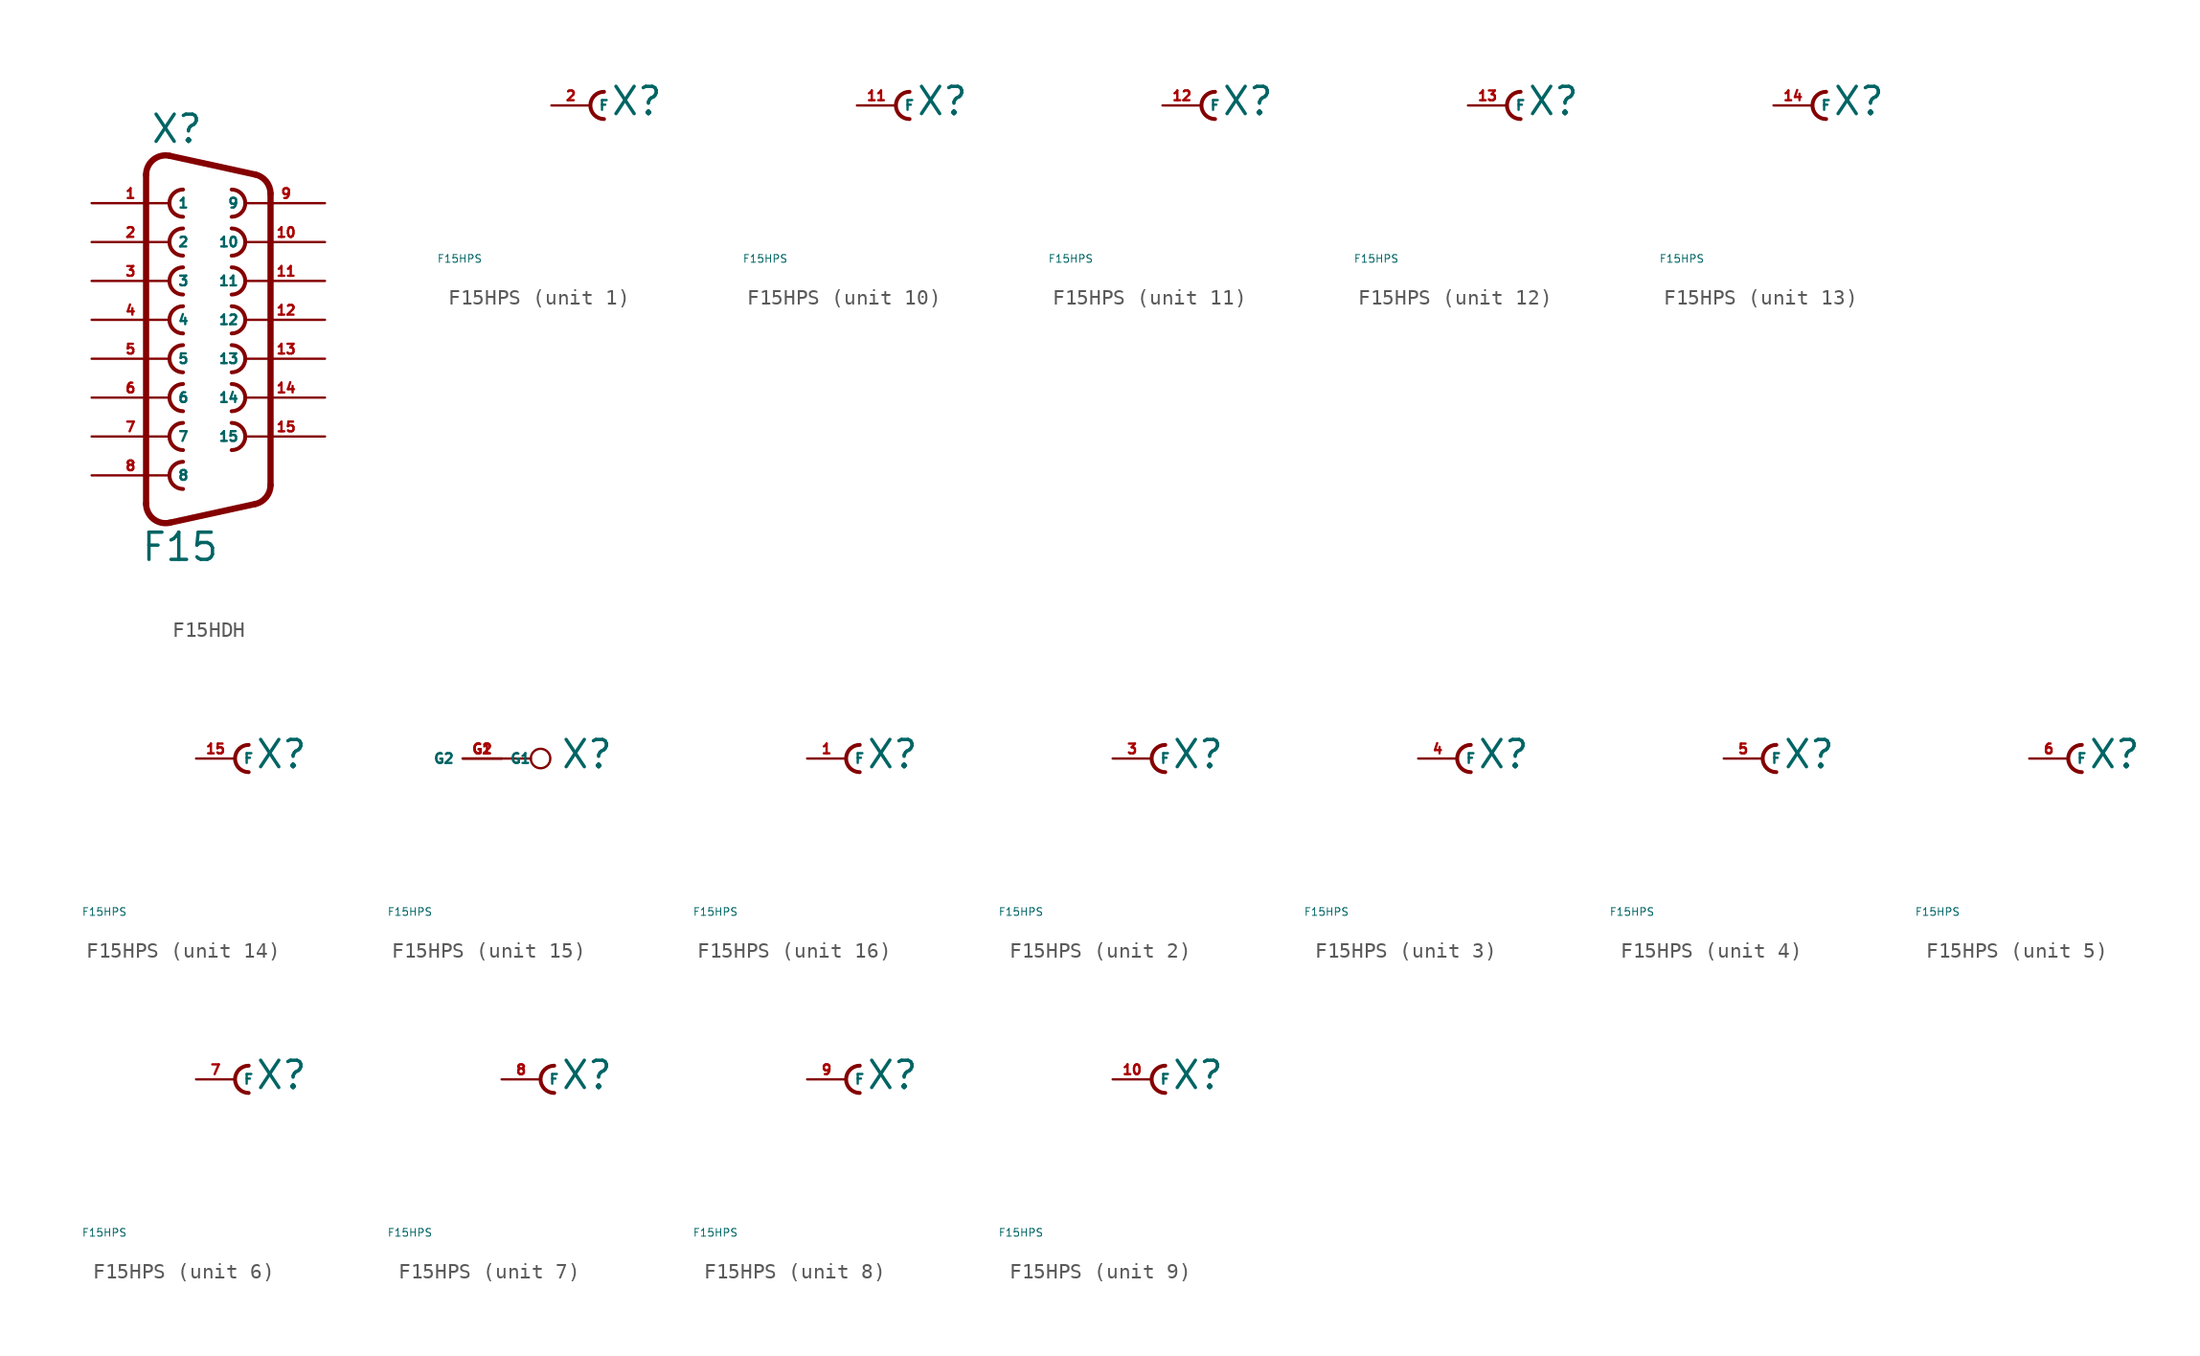
<source format=kicad_sym>
(kicad_symbol_lib
  (version 20220914)
  (generator Eagle2Kicad)
  (symbol "F15HDH"
    (property "Reference" "X"
      (at -3.81 11.43 0)
      (effects (font (size 1.778 1.778) (thickness 0.22)) (justify left bottom)))
    (property "Value" "F15"
      (at -4.445 -15.875 0)
      (effects (font (size 1.778 1.778) (thickness 0.22)) (justify left bottom)))
    (arc
      (start -1.651 8.509)
      (mid -2.540 7.620)
      (end -1.651 6.731)
      (stroke (width 0.254) (type default))
      (fill (type none)))
    (arc
      (start 1.524 6.731)
      (mid 2.413 7.620)
      (end 1.524 8.509)
      (stroke (width 0.254) (type default))
      (fill (type none)))
    (arc
      (start -1.651 5.969)
      (mid -2.540 5.080)
      (end -1.651 4.191)
      (stroke (width 0.254) (type default))
      (fill (type none)))
    (arc
      (start 1.524 4.191)
      (mid 2.413 5.080)
      (end 1.524 5.969)
      (stroke (width 0.254) (type default))
      (fill (type none)))
    (arc
      (start -1.651 3.429)
      (mid -2.540 2.540)
      (end -1.651 1.651)
      (stroke (width 0.254) (type default))
      (fill (type none)))
    (arc
      (start 1.524 1.651)
      (mid 2.413 2.540)
      (end 1.524 3.429)
      (stroke (width 0.254) (type default))
      (fill (type none)))
    (arc
      (start -1.651 0.889)
      (mid -2.540 0.000)
      (end -1.651 -0.889)
      (stroke (width 0.254) (type default))
      (fill (type none)))
    (arc
      (start 1.524 -0.889)
      (mid 2.413 0.000)
      (end 1.524 0.889)
      (stroke (width 0.254) (type default))
      (fill (type none)))
    (arc
      (start -1.651 -1.651)
      (mid -2.540 -2.540)
      (end -1.651 -3.429)
      (stroke (width 0.254) (type default))
      (fill (type none)))
    (arc
      (start 1.524 -3.429)
      (mid 2.413 -2.540)
      (end 1.524 -1.651)
      (stroke (width 0.254) (type default))
      (fill (type none)))
    (arc
      (start -1.651 -4.191)
      (mid -2.540 -5.080)
      (end -1.651 -5.969)
      (stroke (width 0.254) (type default))
      (fill (type none)))
    (arc
      (start 1.524 -5.969)
      (mid 2.413 -5.080)
      (end 1.524 -4.191)
      (stroke (width 0.254) (type default))
      (fill (type none)))
    (arc
      (start -1.651 -6.731)
      (mid -2.540 -7.620)
      (end -1.651 -8.509)
      (stroke (width 0.254) (type default))
      (fill (type none)))
    (arc
      (start 1.524 -8.509)
      (mid 2.413 -7.620)
      (end 1.524 -6.731)
      (stroke (width 0.254) (type default))
      (fill (type none)))
    (arc
      (start -1.651 -9.271)
      (mid -2.540 -10.160)
      (end -1.651 -11.049)
      (stroke (width 0.254) (type default))
      (fill (type none)))
    (arc
      (start -2.5226 10.712)
      (mid -3.590 10.461)
      (end -4.064 9.4712)
      (stroke (width 0.4064) (type default))
      (fill (type none)))
    (polyline
      (pts (xy -2.523 10.712) (xy 3.065 9.489))
      (stroke (width 0.406) (type default))
      (fill (type none)))
    (arc
      (start 4.0642 8.2488)
      (mid 3.783 9.045)
      (end 3.0654 9.4895)
      (stroke (width 0.4064) (type default))
      (fill (type none)))
    (polyline
      (pts (xy 4.064 -10.789) (xy 4.064 8.249))
      (stroke (width 0.406) (type default))
      (fill (type none)))
    (arc
      (start 3.0654 -12.0294)
      (mid 3.783 -11.585)
      (end 4.064 -10.7888)
      (stroke (width 0.4064) (type default))
      (fill (type none)))
    (polyline
      (pts (xy -4.064 -12.011) (xy -4.064 9.471))
      (stroke (width 0.406) (type default))
      (fill (type none)))
    (polyline
      (pts (xy -2.523 -13.252) (xy 3.065 -12.029))
      (stroke (width 0.406) (type default))
      (fill (type none)))
    (arc
      (start -4.064 -12.0112)
      (mid -3.590 -13.001)
      (end -2.5226 -13.2519)
      (stroke (width 0.4064) (type default))
      (fill (type none)))
    (pin passive line
      (at -7.62 7.62 0)
      (length 5.08)
      (name "1" (effects (font (size 0.635 0.635) (thickness 0.08)) (justify left bottom)))
      (number "1" (effects (font (size 0.635 0.635) (thickness 0.08)) (justify left bottom))))
    (pin passive line
      (at -7.62 5.08 0)
      (length 5.08)
      (name "2" (effects (font (size 0.635 0.635) (thickness 0.08)) (justify left bottom)))
      (number "2" (effects (font (size 0.635 0.635) (thickness 0.08)) (justify left bottom))))
    (pin passive line
      (at -7.62 2.54 0)
      (length 5.08)
      (name "3" (effects (font (size 0.635 0.635) (thickness 0.08)) (justify left bottom)))
      (number "3" (effects (font (size 0.635 0.635) (thickness 0.08)) (justify left bottom))))
    (pin passive line
      (at -7.62 0 0)
      (length 5.08)
      (name "4" (effects (font (size 0.635 0.635) (thickness 0.08)) (justify left bottom)))
      (number "4" (effects (font (size 0.635 0.635) (thickness 0.08)) (justify left bottom))))
    (pin passive line
      (at -7.62 -2.54 0)
      (length 5.08)
      (name "5" (effects (font (size 0.635 0.635) (thickness 0.08)) (justify left bottom)))
      (number "5" (effects (font (size 0.635 0.635) (thickness 0.08)) (justify left bottom))))
    (pin passive line
      (at -7.62 -5.08 0)
      (length 5.08)
      (name "6" (effects (font (size 0.635 0.635) (thickness 0.08)) (justify left bottom)))
      (number "6" (effects (font (size 0.635 0.635) (thickness 0.08)) (justify left bottom))))
    (pin passive line
      (at -7.62 -7.62 0)
      (length 5.08)
      (name "7" (effects (font (size 0.635 0.635) (thickness 0.08)) (justify left bottom)))
      (number "7" (effects (font (size 0.635 0.635) (thickness 0.08)) (justify left bottom))))
    (pin passive line
      (at -7.62 -10.16 0)
      (length 5.08)
      (name "8" (effects (font (size 0.635 0.635) (thickness 0.08)) (justify left bottom)))
      (number "8" (effects (font (size 0.635 0.635) (thickness 0.08)) (justify left bottom))))
    (pin passive line
      (at 7.62 7.62 180)
      (length 5.08)
      (name "9" (effects (font (size 0.635 0.635) (thickness 0.08)) (justify left bottom)))
      (number "9" (effects (font (size 0.635 0.635) (thickness 0.08)) (justify left bottom))))
    (pin passive line
      (at 7.62 5.08 180)
      (length 5.08)
      (name "10" (effects (font (size 0.635 0.635) (thickness 0.08)) (justify left bottom)))
      (number "10" (effects (font (size 0.635 0.635) (thickness 0.08)) (justify left bottom))))
    (pin passive line
      (at 7.62 2.54 180)
      (length 5.08)
      (name "11" (effects (font (size 0.635 0.635) (thickness 0.08)) (justify left bottom)))
      (number "11" (effects (font (size 0.635 0.635) (thickness 0.08)) (justify left bottom))))
    (pin passive line
      (at 7.62 0 180)
      (length 5.08)
      (name "12" (effects (font (size 0.635 0.635) (thickness 0.08)) (justify left bottom)))
      (number "12" (effects (font (size 0.635 0.635) (thickness 0.08)) (justify left bottom))))
    (pin passive line
      (at 7.62 -2.54 180)
      (length 5.08)
      (name "13" (effects (font (size 0.635 0.635) (thickness 0.08)) (justify left bottom)))
      (number "13" (effects (font (size 0.635 0.635) (thickness 0.08)) (justify left bottom))))
    (pin passive line
      (at 7.62 -5.08 180)
      (length 5.08)
      (name "14" (effects (font (size 0.635 0.635) (thickness 0.08)) (justify left bottom)))
      (number "14" (effects (font (size 0.635 0.635) (thickness 0.08)) (justify left bottom))))
    (pin passive line
      (at 7.62 -7.62 180)
      (length 5.08)
      (name "15" (effects (font (size 0.635 0.635) (thickness 0.08)) (justify left bottom)))
      (number "15" (effects (font (size 0.635 0.635) (thickness 0.08)) (justify left bottom)))))
  (symbol "F15HPS"
    (property "Reference" "X"
      (at 1.27 -0.762 0)
      (effects (font (size 1.778 1.778) (thickness 0.22)) (justify left bottom)))
    (property "Value" "F15HPS"
      (at -10 -10 0)
      (effects (font (size 0.5 0.5) (thickness 0.06)) (justify left)))
    (symbol "F15HPS_1_0"
      (arc (start 0.889 0.889) (mid 0.000 0.000) (end 0.889 -0.889) (stroke (width 0.254) (type default)) (fill (type none)))
      (pin passive line (at -2.54 0 0) (length 2.54) (name "F" (effects (font (size 0.635 0.635) (thickness 0.08)) (justify left bottom))) (number "2" (effects (font (size 0.635 0.635) (thickness 0.08)) (justify left bottom)))))
    (symbol "F15HPS_2_0"
      (arc (start 0.889 0.889) (mid 0.000 0.000) (end 0.889 -0.889) (stroke (width 0.254) (type default)) (fill (type none)))
      (pin passive line (at -2.54 0 0) (length 2.54) (name "F" (effects (font (size 0.635 0.635) (thickness 0.08)) (justify left bottom))) (number "3" (effects (font (size 0.635 0.635) (thickness 0.08)) (justify left bottom)))))
    (symbol "F15HPS_3_0"
      (arc (start 0.889 0.889) (mid 0.000 0.000) (end 0.889 -0.889) (stroke (width 0.254) (type default)) (fill (type none)))
      (pin passive line (at -2.54 0 0) (length 2.54) (name "F" (effects (font (size 0.635 0.635) (thickness 0.08)) (justify left bottom))) (number "4" (effects (font (size 0.635 0.635) (thickness 0.08)) (justify left bottom)))))
    (symbol "F15HPS_4_0"
      (arc (start 0.889 0.889) (mid 0.000 0.000) (end 0.889 -0.889) (stroke (width 0.254) (type default)) (fill (type none)))
      (pin passive line (at -2.54 0 0) (length 2.54) (name "F" (effects (font (size 0.635 0.635) (thickness 0.08)) (justify left bottom))) (number "5" (effects (font (size 0.635 0.635) (thickness 0.08)) (justify left bottom)))))
    (symbol "F15HPS_5_0"
      (arc (start 0.889 0.889) (mid 0.000 0.000) (end 0.889 -0.889) (stroke (width 0.254) (type default)) (fill (type none)))
      (pin passive line (at -2.54 0 0) (length 2.54) (name "F" (effects (font (size 0.635 0.635) (thickness 0.08)) (justify left bottom))) (number "6" (effects (font (size 0.635 0.635) (thickness 0.08)) (justify left bottom)))))
    (symbol "F15HPS_6_0"
      (arc (start 0.889 0.889) (mid 0.000 0.000) (end 0.889 -0.889) (stroke (width 0.254) (type default)) (fill (type none)))
      (pin passive line (at -2.54 0 0) (length 2.54) (name "F" (effects (font (size 0.635 0.635) (thickness 0.08)) (justify left bottom))) (number "7" (effects (font (size 0.635 0.635) (thickness 0.08)) (justify left bottom)))))
    (symbol "F15HPS_7_0"
      (arc (start 0.889 0.889) (mid 0.000 0.000) (end 0.889 -0.889) (stroke (width 0.254) (type default)) (fill (type none)))
      (pin passive line (at -2.54 0 0) (length 2.54) (name "F" (effects (font (size 0.635 0.635) (thickness 0.08)) (justify left bottom))) (number "8" (effects (font (size 0.635 0.635) (thickness 0.08)) (justify left bottom)))))
    (symbol "F15HPS_8_0"
      (arc (start 0.889 0.889) (mid 0.000 0.000) (end 0.889 -0.889) (stroke (width 0.254) (type default)) (fill (type none)))
      (pin passive line (at -2.54 0 0) (length 2.54) (name "F" (effects (font (size 0.635 0.635) (thickness 0.08)) (justify left bottom))) (number "9" (effects (font (size 0.635 0.635) (thickness 0.08)) (justify left bottom)))))
    (symbol "F15HPS_9_0"
      (arc (start 0.889 0.889) (mid 0.000 0.000) (end 0.889 -0.889) (stroke (width 0.254) (type default)) (fill (type none)))
      (pin passive line (at -2.54 0 0) (length 2.54) (name "F" (effects (font (size 0.635 0.635) (thickness 0.08)) (justify left bottom))) (number "10" (effects (font (size 0.635 0.635) (thickness 0.08)) (justify left bottom)))))
    (symbol "F15HPS_10_0"
      (arc (start 0.889 0.889) (mid 0.000 0.000) (end 0.889 -0.889) (stroke (width 0.254) (type default)) (fill (type none)))
      (pin passive line (at -2.54 0 0) (length 2.54) (name "F" (effects (font (size 0.635 0.635) (thickness 0.08)) (justify left bottom))) (number "11" (effects (font (size 0.635 0.635) (thickness 0.08)) (justify left bottom)))))
    (symbol "F15HPS_11_0"
      (arc (start 0.889 0.889) (mid 0.000 0.000) (end 0.889 -0.889) (stroke (width 0.254) (type default)) (fill (type none)))
      (pin passive line (at -2.54 0 0) (length 2.54) (name "F" (effects (font (size 0.635 0.635) (thickness 0.08)) (justify left bottom))) (number "12" (effects (font (size 0.635 0.635) (thickness 0.08)) (justify left bottom)))))
    (symbol "F15HPS_12_0"
      (arc (start 0.889 0.889) (mid 0.000 0.000) (end 0.889 -0.889) (stroke (width 0.254) (type default)) (fill (type none)))
      (pin passive line (at -2.54 0 0) (length 2.54) (name "F" (effects (font (size 0.635 0.635) (thickness 0.08)) (justify left bottom))) (number "13" (effects (font (size 0.635 0.635) (thickness 0.08)) (justify left bottom)))))
    (symbol "F15HPS_13_0"
      (arc (start 0.889 0.889) (mid 0.000 0.000) (end 0.889 -0.889) (stroke (width 0.254) (type default)) (fill (type none)))
      (pin passive line (at -2.54 0 0) (length 2.54) (name "F" (effects (font (size 0.635 0.635) (thickness 0.08)) (justify left bottom))) (number "14" (effects (font (size 0.635 0.635) (thickness 0.08)) (justify left bottom)))))
    (symbol "F15HPS_14_0"
      (arc (start 0.889 0.889) (mid 0.000 0.000) (end 0.889 -0.889) (stroke (width 0.254) (type default)) (fill (type none)))
      (pin passive line (at -2.54 0 0) (length 2.54) (name "F" (effects (font (size 0.635 0.635) (thickness 0.08)) (justify left bottom))) (number "15" (effects (font (size 0.635 0.635) (thickness 0.08)) (justify left bottom)))))
    (symbol "F15HPS_15_0"
      (polyline (pts (xy -2.54 0) (xy -0.635 0)) (stroke (width 0.152) (type default)) (fill (type none)))
      (circle (center 0 0) (radius 0.635) (stroke (width 0.152) (type default)) (fill (type none)))
      (pin passive line (at -5.08 0 0) (length 2.54) (name "G1" (effects (font (size 0.635 0.635) (thickness 0.08)) (justify left bottom))) (number "G1" (effects (font (size 0.635 0.635) (thickness 0.08)) (justify left bottom))))
      (pin passive line (at -2.54 0 180) (length 2.54) (name "G2" (effects (font (size 0.635 0.635) (thickness 0.08)) (justify left bottom))) (number "G2" (effects (font (size 0.635 0.635) (thickness 0.08)) (justify left bottom)))))
    (symbol "F15HPS_16_0"
      (arc (start 0.889 0.889) (mid 0.000 0.000) (end 0.889 -0.889) (stroke (width 0.254) (type default)) (fill (type none)))
      (pin passive line (at -2.54 0 0) (length 2.54) (name "F" (effects (font (size 0.635 0.635) (thickness 0.08)) (justify left bottom))) (number "1" (effects (font (size 0.635 0.635) (thickness 0.08)) (justify left bottom)))))))
</source>
